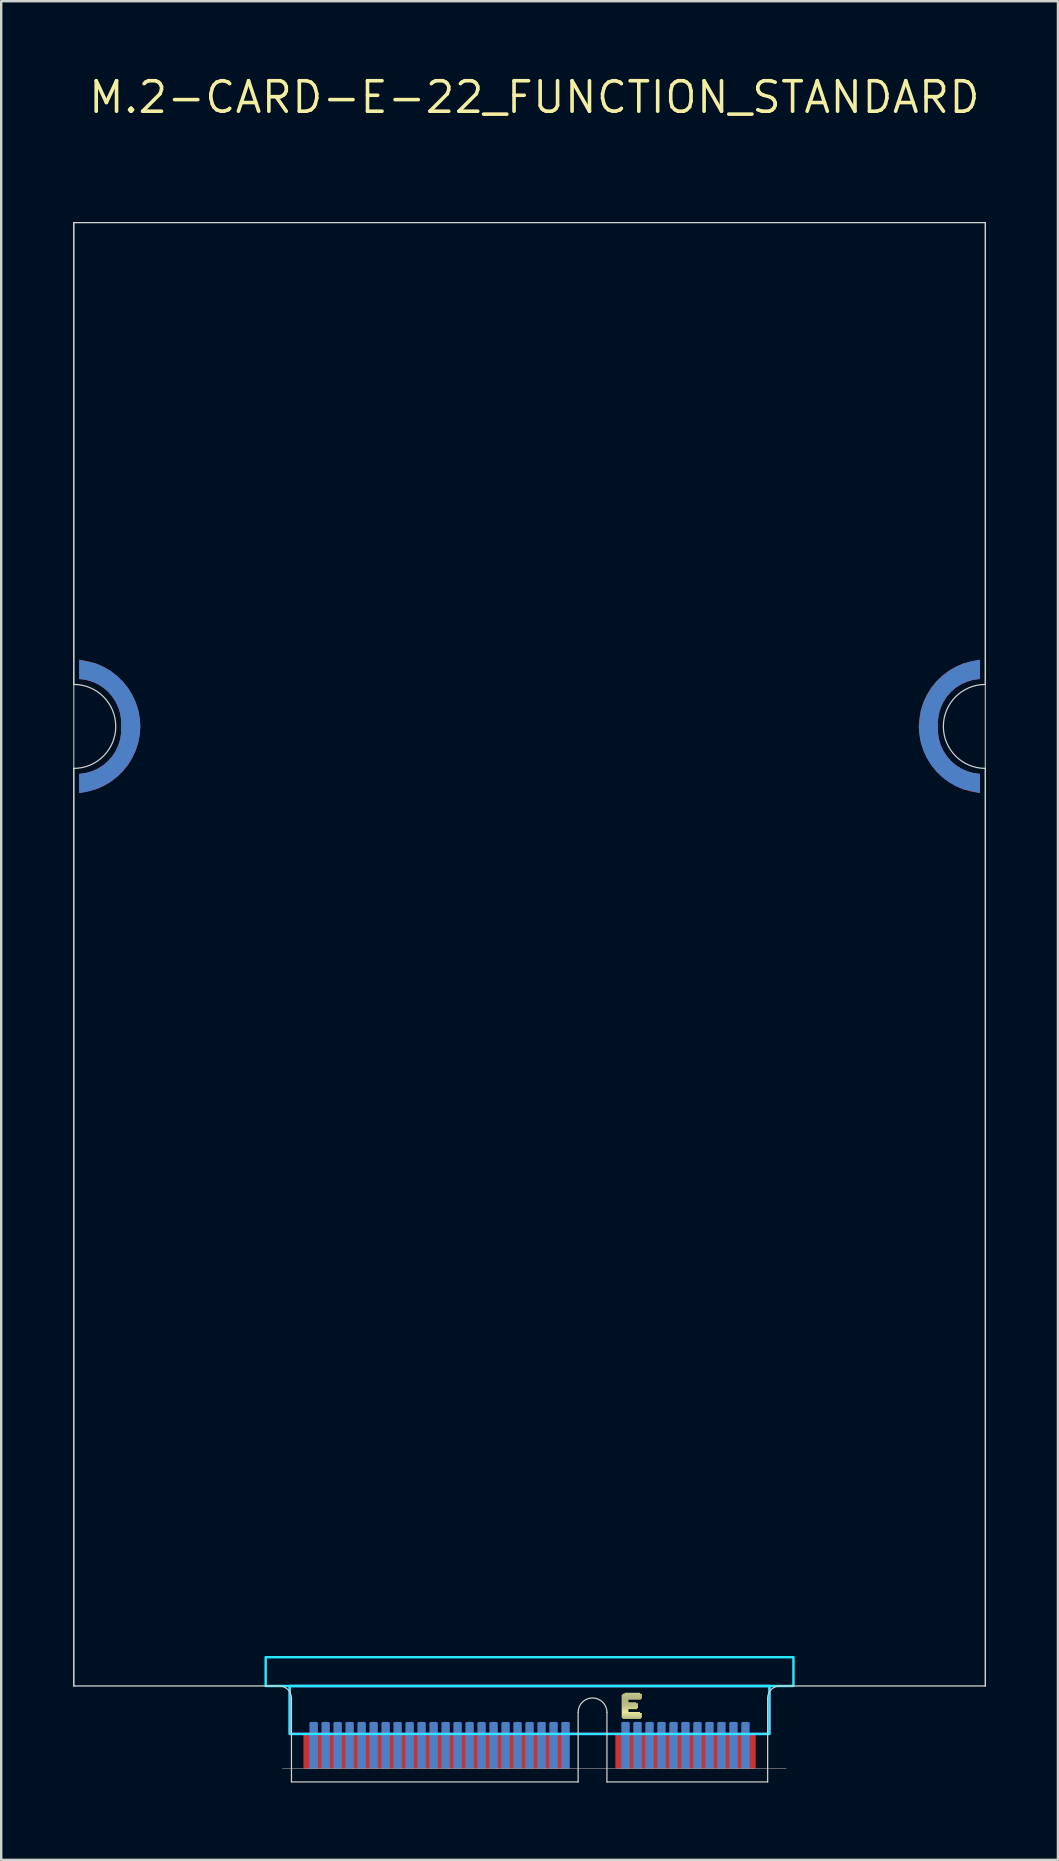
<source format=kicad_pcb>
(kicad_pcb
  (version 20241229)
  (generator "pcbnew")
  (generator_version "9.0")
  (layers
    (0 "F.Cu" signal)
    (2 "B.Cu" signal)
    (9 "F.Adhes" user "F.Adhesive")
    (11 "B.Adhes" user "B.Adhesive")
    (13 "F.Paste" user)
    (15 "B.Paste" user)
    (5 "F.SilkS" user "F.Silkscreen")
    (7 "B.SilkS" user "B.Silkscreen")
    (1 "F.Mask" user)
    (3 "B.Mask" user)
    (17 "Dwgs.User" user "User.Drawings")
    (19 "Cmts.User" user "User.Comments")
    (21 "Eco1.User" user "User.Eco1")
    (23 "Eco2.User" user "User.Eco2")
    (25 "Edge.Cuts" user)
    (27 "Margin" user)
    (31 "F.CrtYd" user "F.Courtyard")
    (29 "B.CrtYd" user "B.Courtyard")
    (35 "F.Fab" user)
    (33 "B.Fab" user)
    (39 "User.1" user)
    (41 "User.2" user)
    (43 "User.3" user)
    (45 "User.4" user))
  (footprint "M.2-CARD-E-22_FUNCTION_STANDARD"
    (layer "F.Cu")
    (at 19.025 71.231)
    (property "Reference" "M.2-CARD-E-22_FUNCTION_STANDARD" (at 0.2 -70.225 0) (layer "F.SilkS") (effects (font (size 1.27 1.27) (thickness 0.15))))
    (fp_poly (pts (xy -18.666 -46.755) (xy -18.336 -46.694) (xy -18.016 -46.595) (xy -17.71 -46.457) (xy -17.424 -46.284) (xy -17.16 -46.077) (xy -16.923 -45.84) (xy -16.716 -45.576) (xy -16.543 -45.29) (xy -16.405 -44.984) (xy -16.306 -44.664) (xy -16.245 -44.334) (xy -16.225 -44) (xy -16.245 -43.666) (xy -16.306 -43.336) (xy -16.405 -43.016) (xy -16.543 -42.71) (xy -16.716 -42.424) (xy -16.923 -42.16) (xy -17.16 -41.923) (xy -17.424 -41.716) (xy -17.71 -41.543) (xy -18.016 -41.405) (xy -18.336 -41.306) (xy -18.666 -41.245) (xy -19.025 -41.223) (xy -19.025 -42.273) (xy -18.73 -42.296) (xy -18.467 -42.359) (xy -18.217 -42.463) (xy -17.986 -42.605) (xy -17.78 -42.78) (xy -17.605 -42.986) (xy -17.463 -43.217) (xy -17.36 -43.466) (xy -17.275 -44.001) (xy -17.296 -44.27) (xy -17.36 -44.533) (xy -17.463 -44.783) (xy -17.605 -45.014) (xy -17.78 -45.22) (xy -17.986 -45.395) (xy -18.217 -45.537) (xy -18.466 -45.64) (xy -19.025 -45.729) (xy -19.025 -46.777)) (stroke (width 0) (type default)) (fill yes) (layer "F.Mask"))
    (fp_poly (pts (xy 19.025 -45.727) (xy 18.73 -45.704) (xy 18.467 -45.64) (xy 18.217 -45.537) (xy 17.986 -45.395) (xy 17.78 -45.22) (xy 17.605 -45.014) (xy 17.463 -44.783) (xy 17.36 -44.534) (xy 17.275 -43.999) (xy 17.296 -43.73) (xy 17.36 -43.467) (xy 17.463 -43.217) (xy 17.605 -42.986) (xy 17.78 -42.78) (xy 17.986 -42.605) (xy 18.217 -42.463) (xy 18.466 -42.36) (xy 19.025 -42.271) (xy 19.025 -41.223) (xy 18.666 -41.245) (xy 18.336 -41.306) (xy 18.016 -41.405) (xy 17.71 -41.543) (xy 17.424 -41.716) (xy 17.16 -41.923) (xy 16.923 -42.16) (xy 16.716 -42.424) (xy 16.543 -42.71) (xy 16.405 -43.016) (xy 16.306 -43.336) (xy 16.245 -43.666) (xy 16.225 -44) (xy 16.245 -44.334) (xy 16.306 -44.664) (xy 16.405 -44.984) (xy 16.543 -45.29) (xy 16.716 -45.576) (xy 16.923 -45.84) (xy 17.16 -46.077) (xy 17.424 -46.284) (xy 17.71 -46.457) (xy 18.016 -46.595) (xy 18.336 -46.694) (xy 18.666 -46.755) (xy 19.025 -46.777)) (stroke (width 0) (type default)) (fill yes) (layer "F.Mask"))
    (fp_poly (pts (xy -18.666 -46.755) (xy -18.336 -46.694) (xy -18.016 -46.595) (xy -17.71 -46.457) (xy -17.424 -46.284) (xy -17.16 -46.077) (xy -16.923 -45.84) (xy -16.716 -45.576) (xy -16.543 -45.29) (xy -16.405 -44.984) (xy -16.306 -44.664) (xy -16.245 -44.334) (xy -16.225 -44) (xy -16.245 -43.666) (xy -16.306 -43.336) (xy -16.405 -43.016) (xy -16.543 -42.71) (xy -16.716 -42.424) (xy -16.923 -42.16) (xy -17.16 -41.923) (xy -17.424 -41.716) (xy -17.71 -41.543) (xy -18.016 -41.405) (xy -18.336 -41.306) (xy -18.666 -41.245) (xy -19.025 -41.223) (xy -19.025 -42.273) (xy -18.73 -42.296) (xy -18.467 -42.359) (xy -18.217 -42.463) (xy -17.986 -42.605) (xy -17.78 -42.78) (xy -17.605 -42.986) (xy -17.463 -43.217) (xy -17.36 -43.466) (xy -17.275 -44.001) (xy -17.296 -44.27) (xy -17.36 -44.533) (xy -17.463 -44.783) (xy -17.605 -45.014) (xy -17.78 -45.22) (xy -17.986 -45.395) (xy -18.217 -45.537) (xy -18.466 -45.64) (xy -19.025 -45.729) (xy -19.025 -46.777)) (stroke (width 0) (type default)) (fill yes) (layer "B.Mask"))
    (fp_poly (pts (xy 19.025 -45.727) (xy 18.73 -45.704) (xy 18.467 -45.64) (xy 18.217 -45.537) (xy 17.986 -45.395) (xy 17.78 -45.22) (xy 17.605 -45.014) (xy 17.463 -44.783) (xy 17.36 -44.534) (xy 17.275 -43.999) (xy 17.296 -43.73) (xy 17.36 -43.467) (xy 17.463 -43.217) (xy 17.605 -42.986) (xy 17.78 -42.78) (xy 17.986 -42.605) (xy 18.217 -42.463) (xy 18.466 -42.36) (xy 19.025 -42.271) (xy 19.025 -41.223) (xy 18.666 -41.245) (xy 18.336 -41.306) (xy 18.016 -41.405) (xy 17.71 -41.543) (xy 17.424 -41.716) (xy 17.16 -41.923) (xy 16.923 -42.16) (xy 16.716 -42.424) (xy 16.543 -42.71) (xy 16.405 -43.016) (xy 16.306 -43.336) (xy 16.245 -43.666) (xy 16.225 -44) (xy 16.245 -44.334) (xy 16.306 -44.664) (xy 16.405 -44.984) (xy 16.543 -45.29) (xy 16.716 -45.576) (xy 16.923 -45.84) (xy 17.16 -46.077) (xy 17.424 -46.284) (xy 17.71 -46.457) (xy 18.016 -46.595) (xy 18.336 -46.694) (xy 18.666 -46.755) (xy 19.025 -46.777)) (stroke (width 0) (type default)) (fill yes) (layer "B.Mask"))
    (fp_poly (pts (xy 3.841 -3.595) (xy 4.681 -3.595) (xy 4.681 -3.635) (xy 3.841 -3.635)) (stroke (width 0) (type default)) (fill yes) (layer "F.SilkS"))
    (fp_poly (pts (xy 3.841 -3.555) (xy 4.681 -3.555) (xy 4.681 -3.595) (xy 3.841 -3.595)) (stroke (width 0) (type default)) (fill yes) (layer "F.SilkS"))
    (fp_poly (pts (xy 3.841 -3.515) (xy 4.681 -3.515) (xy 4.681 -3.555) (xy 3.841 -3.555)) (stroke (width 0) (type default)) (fill yes) (layer "F.SilkS"))
    (fp_poly (pts (xy 3.841 -3.475) (xy 4.681 -3.475) (xy 4.681 -3.515) (xy 3.841 -3.515)) (stroke (width 0) (type default)) (fill yes) (layer "F.SilkS"))
    (fp_poly (pts (xy 3.841 -3.435) (xy 4.641 -3.435) (xy 4.641 -3.475) (xy 3.841 -3.475)) (stroke (width 0) (type default)) (fill yes) (layer "F.SilkS"))
    (fp_poly (pts (xy 3.841 -3.395) (xy 4.121 -3.395) (xy 4.121 -3.435) (xy 3.841 -3.435)) (stroke (width 0) (type default)) (fill yes) (layer "F.SilkS"))
    (fp_poly (pts (xy 3.841 -3.355) (xy 4.121 -3.355) (xy 4.121 -3.395) (xy 3.841 -3.395)) (stroke (width 0) (type default)) (fill yes) (layer "F.SilkS"))
    (fp_poly (pts (xy 3.841 -3.315) (xy 4.121 -3.315) (xy 4.121 -3.355) (xy 3.841 -3.355)) (stroke (width 0) (type default)) (fill yes) (layer "F.SilkS"))
    (fp_poly (pts (xy 3.841 -3.275) (xy 4.441 -3.275) (xy 4.441 -3.315) (xy 3.841 -3.315)) (stroke (width 0) (type default)) (fill yes) (layer "F.SilkS"))
    (fp_poly (pts (xy 3.841 -3.235) (xy 4.521 -3.235) (xy 4.521 -3.275) (xy 3.841 -3.275)) (stroke (width 0) (type default)) (fill yes) (layer "F.SilkS"))
    (fp_poly (pts (xy 3.841 -3.195) (xy 4.521 -3.195) (xy 4.521 -3.235) (xy 3.841 -3.235)) (stroke (width 0) (type default)) (fill yes) (layer "F.SilkS"))
    (fp_poly (pts (xy 3.841 -3.155) (xy 4.521 -3.155) (xy 4.521 -3.195) (xy 3.841 -3.195)) (stroke (width 0) (type default)) (fill yes) (layer "F.SilkS"))
    (fp_poly (pts (xy 3.841 -3.115) (xy 4.521 -3.115) (xy 4.521 -3.155) (xy 3.841 -3.155)) (stroke (width 0) (type default)) (fill yes) (layer "F.SilkS"))
    (fp_poly (pts (xy 3.841 -3.075) (xy 4.521 -3.075) (xy 4.521 -3.115) (xy 3.841 -3.115)) (stroke (width 0) (type default)) (fill yes) (layer "F.SilkS"))
    (fp_poly (pts (xy 3.841 -3.035) (xy 4.481 -3.035) (xy 4.481 -3.075) (xy 3.841 -3.075)) (stroke (width 0) (type default)) (fill yes) (layer "F.SilkS"))
    (fp_poly (pts (xy 3.841 -2.995) (xy 4.121 -2.995) (xy 4.121 -3.035) (xy 3.841 -3.035)) (stroke (width 0) (type default)) (fill yes) (layer "F.SilkS"))
    (fp_poly (pts (xy 3.841 -2.955) (xy 4.121 -2.955) (xy 4.121 -2.995) (xy 3.841 -2.995)) (stroke (width 0) (type default)) (fill yes) (layer "F.SilkS"))
    (fp_poly (pts (xy 3.841 -2.915) (xy 4.121 -2.915) (xy 4.121 -2.955) (xy 3.841 -2.955)) (stroke (width 0) (type default)) (fill yes) (layer "F.SilkS"))
    (fp_poly (pts (xy 3.841 -2.875) (xy 4.601 -2.875) (xy 4.601 -2.915) (xy 3.841 -2.915)) (stroke (width 0) (type default)) (fill yes) (layer "F.SilkS"))
    (fp_poly (pts (xy 3.841 -2.835) (xy 4.681 -2.835) (xy 4.681 -2.875) (xy 3.841 -2.875)) (stroke (width 0) (type default)) (fill yes) (layer "F.SilkS"))
    (fp_poly (pts (xy 3.841 -2.795) (xy 4.681 -2.795) (xy 4.681 -2.835) (xy 3.841 -2.835)) (stroke (width 0) (type default)) (fill yes) (layer "F.SilkS"))
    (fp_poly (pts (xy 3.841 -2.755) (xy 4.681 -2.755) (xy 4.681 -2.795) (xy 3.841 -2.795)) (stroke (width 0) (type default)) (fill yes) (layer "F.SilkS"))
    (fp_poly (pts (xy 3.841 -2.715) (xy 4.681 -2.715) (xy 4.681 -2.755) (xy 3.841 -2.755)) (stroke (width 0) (type default)) (fill yes) (layer "F.SilkS"))
    (fp_poly (pts (xy 3.841 -2.675) (xy 4.681 -2.675) (xy 4.681 -2.715) (xy 3.841 -2.715)) (stroke (width 0) (type default)) (fill yes) (layer "F.SilkS"))
    (fp_poly (pts (xy 3.881 -3.635) (xy 4.681 -3.635) (xy 4.681 -3.675) (xy 3.881 -3.675)) (stroke (width 0) (type default)) (fill yes) (layer "F.SilkS"))
    (fp_poly (pts (xy 3.881 -2.635) (xy 4.641 -2.635) (xy 4.641 -2.675) (xy 3.881 -2.675)) (stroke (width 0) (type default)) (fill yes) (layer "F.SilkS"))
    (fp_poly (pts (xy 3.961 -3.675) (xy 4.601 -3.675) (xy 4.601 -3.715) (xy 3.961 -3.715)) (stroke (width 0) (type default)) (fill yes) (layer "F.SilkS"))
    (fp_line (start -19 -65) (end 19 -65) (stroke (width 0.051) (type solid)) (layer "Edge.Cuts"))
    (fp_line (start -19 -45.75) (end -19 -65) (stroke (width 0.05) (type default)) (layer "Edge.Cuts"))
    (fp_line (start -19 -42.25) (end -19 -4) (stroke (width 0.05) (type default)) (layer "Edge.Cuts"))
    (fp_line (start -10.4 -4) (end -19 -4) (stroke (width 0.051) (type solid)) (layer "Edge.Cuts"))
    (fp_line (start -9.925 0) (end -9.925 -3.5) (stroke (width 0.051) (type solid)) (layer "Edge.Cuts"))
    (fp_line (start 2.025 -2.9) (end 2.025 0) (stroke (width 0.051) (type solid)) (layer "Edge.Cuts"))
    (fp_line (start 2.025 0) (end -9.925 0) (stroke (width 0.051) (type solid)) (layer "Edge.Cuts"))
    (fp_line (start 3.225 -2.9) (end 3.225 0) (stroke (width 0.051) (type solid)) (layer "Edge.Cuts"))
    (fp_line (start 9.925 -3.5) (end 9.925 0) (stroke (width 0.051) (type solid)) (layer "Edge.Cuts"))
    (fp_line (start 9.925 0) (end 3.225 0) (stroke (width 0.051) (type solid)) (layer "Edge.Cuts"))
    (fp_line (start 10.4 -4) (end 19 -4) (stroke (width 0.051) (type solid)) (layer "Edge.Cuts"))
    (fp_line (start 19 -45.75) (end 19 -65) (stroke (width 0.05) (type default)) (layer "Edge.Cuts"))
    (fp_line (start 19 -42.25) (end 19 -4) (stroke (width 0.05) (type default)) (layer "Edge.Cuts"))
    (fp_arc (start -19 -45.75) (mid -17.25 -44) (end -19 -42.25) (stroke (width 0.0508) (type solid)) (layer "Edge.Cuts"))
    (fp_arc (start -10.4 -4) (mid -10.066759 -3.840954) (end -9.925 -3.5) (stroke (width 0.0508) (type solid)) (layer "Edge.Cuts"))
    (fp_arc (start 2.025 -2.9) (mid 2.625 -3.5) (end 3.225 -2.9) (stroke (width 0.0508) (type solid)) (layer "Edge.Cuts"))
    (fp_arc (start 9.925 -3.5) (mid 10.065344 -3.842298) (end 10.4 -4) (stroke (width 0.0508) (type solid)) (layer "Edge.Cuts"))
    (fp_arc (start 19 -42.25) (mid 17.25 -44) (end 19 -45.75) (stroke (width 0.0508) (type solid)) (layer "Edge.Cuts"))
    (fp_poly (pts (xy 10 -4) (xy -10 -4) (xy -10 -2) (xy 10 -2)) (stroke (width 0.1) (type default)) (fill no) (layer "B.CrtYd"))
    (fp_poly (pts (xy 11 -5.2) (xy -11 -5.2) (xy -11 -4) (xy 11 -4)) (stroke (width 0.1) (type default)) (fill no) (layer "B.CrtYd"))
    (fp_poly (pts (xy 10 -4) (xy -10 -4) (xy -10 -2) (xy 10 -2)) (stroke (width 0.1) (type default)) (fill no) (layer "F.CrtYd"))
    (fp_line (start -19 -4) (end -19 -65) (stroke (width 0.051) (type solid)) (layer "F.Fab"))
    (fp_line (start -10.3 -0.55) (end 10.7 -0.55) (stroke (width 0.02) (type solid)) (layer "F.Fab"))
    (fp_line (start 19 -4) (end 19 -65) (stroke (width 0.051) (type solid)) (layer "F.Fab"))
    (fp_text user "Route\nOut" (at -18.3 -44 90) (unlocked yes) (layer "Edge.Cuts") (effects (font (size 0.276 0.276) (thickness 0.024))))
    (fp_text user "Route\nOut" (at 18.3 -44 270) (unlocked yes) (layer "Edge.Cuts") (effects (font (size 0.276 0.276) (thickness 0.024))))
    (pad "1" smd roundrect (at 9.25 -1.275 180) (size 0.35 1.45) (layers "F.Cu" "F.Mask") (roundrect_rratio 0.145))
    (pad "2" smd roundrect (at 9 -1.525) (size 0.35 1.95) (layers "B.Cu" "B.Mask") (roundrect_rratio 0.145))
    (pad "3" smd roundrect (at 8.75 -1.275 180) (size 0.35 1.45) (layers "F.Cu" "F.Mask") (roundrect_rratio 0.145))
    (pad "4" smd roundrect (at 8.5 -1.525) (size 0.35 1.95) (layers "B.Cu" "B.Mask") (roundrect_rratio 0.145))
    (pad "5" smd roundrect (at 8.25 -1.275 180) (size 0.35 1.45) (layers "F.Cu" "F.Mask") (roundrect_rratio 0.145))
    (pad "6" smd roundrect (at 8 -1.525) (size 0.35 1.95) (layers "B.Cu" "B.Mask") (roundrect_rratio 0.145))
    (pad "7" smd roundrect (at 7.75 -1.275 180) (size 0.35 1.45) (layers "F.Cu" "F.Mask") (roundrect_rratio 0.145))
    (pad "8" smd roundrect (at 7.5 -1.525) (size 0.35 1.95) (layers "B.Cu" "B.Mask") (roundrect_rratio 0.145))
    (pad "9" smd roundrect (at 7.25 -1.275 180) (size 0.35 1.45) (layers "F.Cu" "F.Mask") (roundrect_rratio 0.145))
    (pad "10" smd roundrect (at 7 -1.525) (size 0.35 1.95) (layers "B.Cu" "B.Mask") (roundrect_rratio 0.145))
    (pad "11" smd roundrect (at 6.75 -1.275 180) (size 0.35 1.45) (layers "F.Cu" "F.Mask") (roundrect_rratio 0.145))
    (pad "12" smd roundrect (at 6.5 -1.525) (size 0.35 1.95) (layers "B.Cu" "B.Mask") (roundrect_rratio 0.145))
    (pad "13" smd roundrect (at 6.25 -1.275 180) (size 0.35 1.45) (layers "F.Cu" "F.Mask") (roundrect_rratio 0.145))
    (pad "14" smd roundrect (at 6 -1.525) (size 0.35 1.95) (layers "B.Cu" "B.Mask") (roundrect_rratio 0.145))
    (pad "15" smd roundrect (at 5.75 -1.275 180) (size 0.35 1.45) (layers "F.Cu" "F.Mask") (roundrect_rratio 0.145))
    (pad "16" smd roundrect (at 5.5 -1.525) (size 0.35 1.95) (layers "B.Cu" "B.Mask") (roundrect_rratio 0.145))
    (pad "17" smd roundrect (at 5.25 -1.275 180) (size 0.35 1.45) (layers "F.Cu" "F.Mask") (roundrect_rratio 0.145))
    (pad "18" smd roundrect (at 5 -1.525) (size 0.35 1.95) (layers "B.Cu" "B.Mask") (roundrect_rratio 0.145))
    (pad "19" smd roundrect (at 4.75 -1.275 180) (size 0.35 1.45) (layers "F.Cu" "F.Mask") (roundrect_rratio 0.145))
    (pad "20" smd roundrect (at 4.5 -1.525) (size 0.35 1.95) (layers "B.Cu" "B.Mask") (roundrect_rratio 0.145))
    (pad "21" smd roundrect (at 4.25 -1.275 180) (size 0.35 1.45) (layers "F.Cu" "F.Mask") (roundrect_rratio 0.145))
    (pad "22" smd roundrect (at 4 -1.525) (size 0.35 1.95) (layers "B.Cu" "B.Mask") (roundrect_rratio 0.145))
    (pad "23" smd roundrect (at 3.75 -1.275 180) (size 0.35 1.45) (layers "F.Cu" "F.Mask") (roundrect_rratio 0.145))
    (pad "32" smd roundrect (at 1.5 -1.525) (size 0.35 1.95) (layers "B.Cu" "B.Mask") (roundrect_rratio 0.145))
    (pad "33" smd roundrect (at 1.25 -1.275 180) (size 0.35 1.45) (layers "F.Cu" "F.Mask") (roundrect_rratio 0.145))
    (pad "34" smd roundrect (at 1 -1.525) (size 0.35 1.95) (layers "B.Cu" "B.Mask") (roundrect_rratio 0.145))
    (pad "35" smd roundrect (at 0.75 -1.275 180) (size 0.35 1.45) (layers "F.Cu" "F.Mask") (roundrect_rratio 0.145))
    (pad "36" smd roundrect (at 0.5 -1.525) (size 0.35 1.95) (layers "B.Cu" "B.Mask") (roundrect_rratio 0.145))
    (pad "37" smd roundrect (at 0.25 -1.275 180) (size 0.35 1.45) (layers "F.Cu" "F.Mask") (roundrect_rratio 0.145))
    (pad "38" smd roundrect (at 0 -1.525) (size 0.35 1.95) (layers "B.Cu" "B.Mask") (roundrect_rratio 0.145))
    (pad "39" smd roundrect (at -0.25 -1.275 180) (size 0.35 1.45) (layers "F.Cu" "F.Mask") (roundrect_rratio 0.145))
    (pad "40" smd roundrect (at -0.5 -1.525) (size 0.35 1.95) (layers "B.Cu" "B.Mask") (roundrect_rratio 0.145))
    (pad "41" smd roundrect (at -0.75 -1.275 180) (size 0.35 1.45) (layers "F.Cu" "F.Mask") (roundrect_rratio 0.145))
    (pad "42" smd roundrect (at -1 -1.525) (size 0.35 1.95) (layers "B.Cu" "B.Mask") (roundrect_rratio 0.145))
    (pad "43" smd roundrect (at -1.25 -1.275 180) (size 0.35 1.45) (layers "F.Cu" "F.Mask") (roundrect_rratio 0.145))
    (pad "44" smd roundrect (at -1.5 -1.525) (size 0.35 1.95) (layers "B.Cu" "B.Mask") (roundrect_rratio 0.145))
    (pad "45" smd roundrect (at -1.75 -1.275 180) (size 0.35 1.45) (layers "F.Cu" "F.Mask") (roundrect_rratio 0.145))
    (pad "46" smd roundrect (at -2 -1.525) (size 0.35 1.95) (layers "B.Cu" "B.Mask") (roundrect_rratio 0.145))
    (pad "47" smd roundrect (at -2.25 -1.275 180) (size 0.35 1.45) (layers "F.Cu" "F.Mask") (roundrect_rratio 0.145))
    (pad "48" smd roundrect (at -2.5 -1.525) (size 0.35 1.95) (layers "B.Cu" "B.Mask") (roundrect_rratio 0.145))
    (pad "49" smd roundrect (at -2.75 -1.275 180) (size 0.35 1.45) (layers "F.Cu" "F.Mask") (roundrect_rratio 0.145))
    (pad "50" smd roundrect (at -3 -1.525) (size 0.35 1.95) (layers "B.Cu" "B.Mask") (roundrect_rratio 0.145))
    (pad "51" smd roundrect (at -3.25 -1.275 180) (size 0.35 1.45) (layers "F.Cu" "F.Mask") (roundrect_rratio 0.145))
    (pad "52" smd roundrect (at -3.5 -1.525) (size 0.35 1.95) (layers "B.Cu" "B.Mask") (roundrect_rratio 0.145))
    (pad "53" smd roundrect (at -3.75 -1.275 180) (size 0.35 1.45) (layers "F.Cu" "F.Mask") (roundrect_rratio 0.145))
    (pad "54" smd roundrect (at -4 -1.525) (size 0.35 1.95) (layers "B.Cu" "B.Mask") (roundrect_rratio 0.145))
    (pad "55" smd roundrect (at -4.25 -1.275 180) (size 0.35 1.45) (layers "F.Cu" "F.Mask") (roundrect_rratio 0.145))
    (pad "56" smd roundrect (at -4.5 -1.525) (size 0.35 1.95) (layers "B.Cu" "B.Mask") (roundrect_rratio 0.145))
    (pad "57" smd roundrect (at -4.75 -1.275 180) (size 0.35 1.45) (layers "F.Cu" "F.Mask") (roundrect_rratio 0.145))
    (pad "58" smd roundrect (at -5 -1.525) (size 0.35 1.95) (layers "B.Cu" "B.Mask") (roundrect_rratio 0.145))
    (pad "59" smd roundrect (at -5.25 -1.275 180) (size 0.35 1.45) (layers "F.Cu" "F.Mask") (roundrect_rratio 0.145))
    (pad "60" smd roundrect (at -5.5 -1.525) (size 0.35 1.95) (layers "B.Cu" "B.Mask") (roundrect_rratio 0.145))
    (pad "61" smd roundrect (at -5.75 -1.275 180) (size 0.35 1.45) (layers "F.Cu" "F.Mask") (roundrect_rratio 0.145))
    (pad "62" smd roundrect (at -6 -1.525) (size 0.35 1.95) (layers "B.Cu" "B.Mask") (roundrect_rratio 0.145))
    (pad "63" smd roundrect (at -6.25 -1.275 180) (size 0.35 1.45) (layers "F.Cu" "F.Mask") (roundrect_rratio 0.145))
    (pad "64" smd roundrect (at -6.5 -1.525) (size 0.35 1.95) (layers "B.Cu" "B.Mask") (roundrect_rratio 0.145))
    (pad "65" smd roundrect (at -6.75 -1.275 180) (size 0.35 1.45) (layers "F.Cu" "F.Mask") (roundrect_rratio 0.145))
    (pad "66" smd roundrect (at -7 -1.525) (size 0.35 1.95) (layers "B.Cu" "B.Mask") (roundrect_rratio 0.145))
    (pad "67" smd roundrect (at -7.25 -1.275 180) (size 0.35 1.45) (layers "F.Cu" "F.Mask") (roundrect_rratio 0.145))
    (pad "68" smd roundrect (at -7.5 -1.525) (size 0.35 1.95) (layers "B.Cu" "B.Mask") (roundrect_rratio 0.145))
    (pad "69" smd roundrect (at -7.75 -1.275 180) (size 0.35 1.45) (layers "F.Cu" "F.Mask") (roundrect_rratio 0.145))
    (pad "70" smd roundrect (at -8 -1.525) (size 0.35 1.95) (layers "B.Cu" "B.Mask") (roundrect_rratio 0.145))
    (pad "71" smd roundrect (at -8.25 -1.275 180) (size 0.35 1.45) (layers "F.Cu" "F.Mask") (roundrect_rratio 0.145))
    (pad "72" smd roundrect (at -8.5 -1.525) (size 0.35 1.95) (layers "B.Cu" "B.Mask") (roundrect_rratio 0.145))
    (pad "73" smd roundrect (at -8.75 -1.275 180) (size 0.35 1.45) (layers "F.Cu" "F.Mask") (roundrect_rratio 0.145))
    (pad "74" smd roundrect (at -9 -1.525) (size 0.35 1.95) (layers "B.Cu" "B.Mask") (roundrect_rratio 0.145))
    (pad "75" smd roundrect (at -9.25 -1.275 180) (size 0.35 1.45) (layers "F.Cu" "F.Mask") (roundrect_rratio 0.145))
    (pad "76" smd custom (at -16.65 -44.025) (size 0.254 0.254) (layers "F.Cu") (options (anchor circle)) (primitives (gr_poly (pts (xy -1.76 -2.693) (xy -1.433 -2.597) (xy -1.119 -2.461) (xy -0.824 -2.288) (xy -0.553 -2.081) (xy -0.308 -1.843) (xy -0.094 -1.577) (xy 0.086 -1.286) (xy 0.23 -0.976) (xy 0.336 -0.651) (xy 0.401 -0.316) (xy 0.425 0.025) (xy 0.403 0.367) (xy 0.34 0.703) (xy 0.236 1.029) (xy 0.093 1.34) (xy -0.087 1.631) (xy -0.302 1.898) (xy -0.547 2.137) (xy -0.82 2.344) (xy -1.116 2.516) (xy -1.431 2.651) (xy -2.125 2.806) (xy -2.125 2.003) (xy -1.84 1.964) (xy -1.585 1.89) (xy -1.344 1.782) (xy -1.121 1.64) (xy -0.92 1.467) (xy -0.746 1.268) (xy -0.602 1.046) (xy -0.491 0.806) (xy -0.415 0.553) (xy -0.376 0.291) (xy -0.375 0.025) (xy -0.376 -0.241) (xy -0.415 -0.503) (xy -0.491 -0.756) (xy -0.602 -0.996) (xy -0.746 -1.218) (xy -0.92 -1.417) (xy -1.121 -1.59) (xy -1.344 -1.732) (xy -1.585 -1.84) (xy -1.84 -1.914) (xy -2.125 -1.953) (xy -2.125 -2.755)) (width 0) (fill yes))))
    (pad "77" smd custom (at 16.55 -44) (size 0.254 0.254) (layers "F.Cu") (options (anchor circle)) (primitives (gr_poly (pts (xy 2.225 -1.978) (xy 1.94 -1.939) (xy 1.685 -1.865) (xy 1.444 -1.757) (xy 1.221 -1.615) (xy 1.02 -1.442) (xy 0.846 -1.243) (xy 0.702 -1.021) (xy 0.591 -0.781) (xy 0.515 -0.528) (xy 0.476 -0.266) (xy 0.475 0) (xy 0.476 0.266) (xy 0.515 0.528) (xy 0.591 0.781) (xy 0.702 1.021) (xy 0.846 1.243) (xy 1.02 1.442) (xy 1.221 1.615) (xy 1.444 1.757) (xy 1.685 1.865) (xy 1.94 1.939) (xy 2.225 1.978) (xy 2.225 2.775) (xy 2.198 2.775) (xy 1.86 2.718) (xy 1.533 2.622) (xy 1.219 2.486) (xy 0.924 2.313) (xy 0.653 2.106) (xy 0.408 1.868) (xy 0.194 1.602) (xy 0.014 1.311) (xy -0.13 1.001) (xy -0.236 0.676) (xy -0.322 0.024) (xy -0.327 0.024) (xy -0.325 0.001) (xy -0.328 -0.023) (xy -0.324 -0.024) (xy -0.303 -0.342) (xy -0.24 -0.678) (xy -0.136 -1.004) (xy 0.007 -1.315) (xy 0.187 -1.606) (xy 0.402 -1.873) (xy 0.647 -2.112) (xy 0.92 -2.319) (xy 1.216 -2.491) (xy 1.531 -2.626) (xy 2.225 -2.781)) (width 0) (fill yes))))
    (pad "79" smd custom (at -16.65 -44.025) (size 0.254 0.254) (layers "B.Cu") (options (anchor circle)) (primitives (gr_poly (pts (xy -1.431 -2.601) (xy -1.116 -2.466) (xy -0.82 -2.294) (xy -0.547 -2.087) (xy -0.302 -1.848) (xy -0.087 -1.581) (xy 0.093 -1.29) (xy 0.236 -0.979) (xy 0.34 -0.653) (xy 0.403 -0.317) (xy 0.424 0.001) (xy 0.427 0.001) (xy 0.425 0.025) (xy 0.427 0.049) (xy 0.423 0.049) (xy 0.401 0.366) (xy 0.336 0.701) (xy 0.23 1.026) (xy 0.086 1.336) (xy -0.094 1.627) (xy -0.308 1.893) (xy -0.553 2.131) (xy -0.824 2.338) (xy -1.119 2.511) (xy -1.433 2.647) (xy -1.76 2.743) (xy -2.098 2.8) (xy -2.125 2.8) (xy -2.125 2.003) (xy -1.84 1.964) (xy -1.585 1.89) (xy -1.344 1.782) (xy -1.121 1.64) (xy -0.92 1.467) (xy -0.746 1.268) (xy -0.602 1.046) (xy -0.491 0.806) (xy -0.415 0.553) (xy -0.376 0.291) (xy -0.375 0.025) (xy -0.376 -0.241) (xy -0.415 -0.503) (xy -0.491 -0.756) (xy -0.602 -0.996) (xy -0.746 -1.218) (xy -0.92 -1.417) (xy -1.121 -1.59) (xy -1.344 -1.732) (xy -1.585 -1.84) (xy -1.84 -1.914) (xy -2.125 -1.953) (xy -2.125 -2.756)) (width 0) (fill yes))))
    (pad "80" smd custom (at 16.55 -44) (size 0.254 0.254) (layers "B.Cu") (options (anchor circle)) (primitives (gr_poly (pts (xy 2.225 -1.978) (xy 1.94 -1.939) (xy 1.685 -1.865) (xy 1.444 -1.757) (xy 1.221 -1.615) (xy 1.02 -1.442) (xy 0.846 -1.243) (xy 0.702 -1.021) (xy 0.591 -0.781) (xy 0.515 -0.528) (xy 0.476 -0.266) (xy 0.475 0) (xy 0.476 0.266) (xy 0.515 0.528) (xy 0.591 0.781) (xy 0.702 1.021) (xy 0.846 1.243) (xy 1.02 1.442) (xy 1.221 1.615) (xy 1.444 1.757) (xy 1.685 1.865) (xy 1.94 1.939) (xy 2.225 1.978) (xy 2.225 2.781) (xy 1.531 2.626) (xy 1.216 2.491) (xy 0.92 2.319) (xy 0.647 2.112) (xy 0.402 1.873) (xy 0.187 1.606) (xy 0.007 1.315) (xy -0.136 1.004) (xy -0.24 0.678) (xy -0.303 0.342) (xy -0.325 -0.001) (xy -0.236 -0.676) (xy -0.13 -1.001) (xy 0.014 -1.311) (xy 0.194 -1.602) (xy 0.408 -1.868) (xy 0.653 -2.106) (xy 0.924 -2.313) (xy 1.219 -2.486) (xy 1.533 -2.622) (xy 1.86 -2.718) (xy 2.225 -2.78)) (width 0) (fill yes)))))
  (gr_rect
    (start -3 -3)
    (end 41.051 74.481)
    (stroke (width 0.1) (type default))
    (fill no)
    (layer "Edge.Cuts")))
</source>
